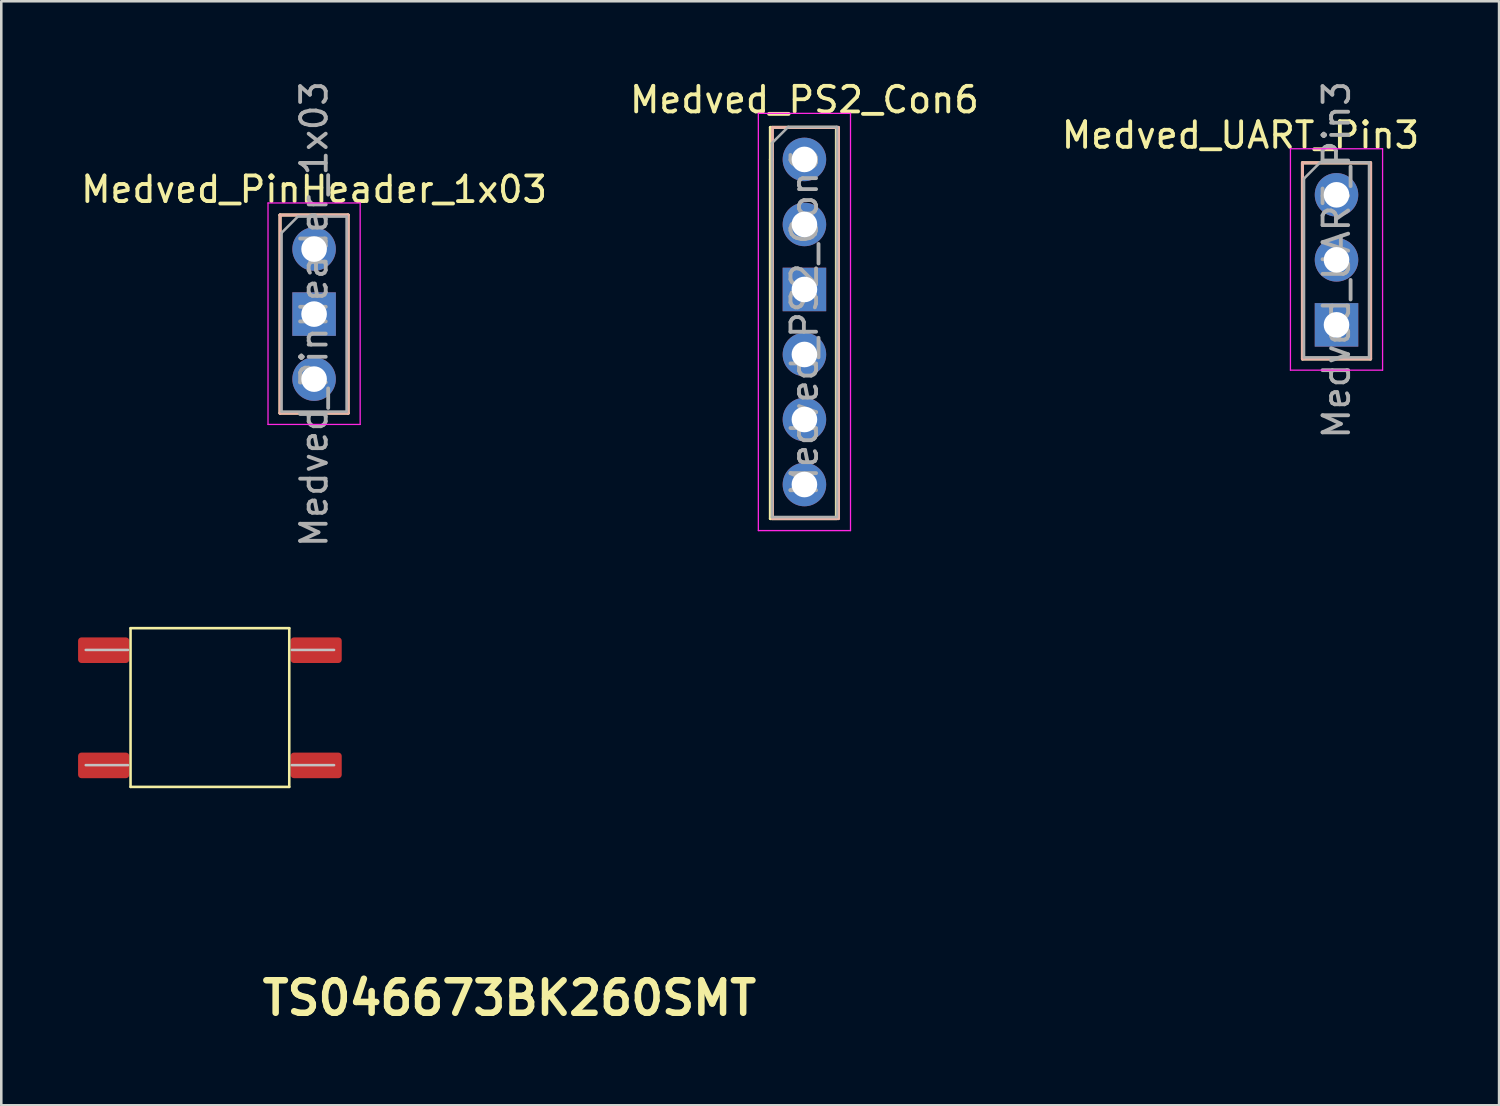
<source format=kicad_pcb>
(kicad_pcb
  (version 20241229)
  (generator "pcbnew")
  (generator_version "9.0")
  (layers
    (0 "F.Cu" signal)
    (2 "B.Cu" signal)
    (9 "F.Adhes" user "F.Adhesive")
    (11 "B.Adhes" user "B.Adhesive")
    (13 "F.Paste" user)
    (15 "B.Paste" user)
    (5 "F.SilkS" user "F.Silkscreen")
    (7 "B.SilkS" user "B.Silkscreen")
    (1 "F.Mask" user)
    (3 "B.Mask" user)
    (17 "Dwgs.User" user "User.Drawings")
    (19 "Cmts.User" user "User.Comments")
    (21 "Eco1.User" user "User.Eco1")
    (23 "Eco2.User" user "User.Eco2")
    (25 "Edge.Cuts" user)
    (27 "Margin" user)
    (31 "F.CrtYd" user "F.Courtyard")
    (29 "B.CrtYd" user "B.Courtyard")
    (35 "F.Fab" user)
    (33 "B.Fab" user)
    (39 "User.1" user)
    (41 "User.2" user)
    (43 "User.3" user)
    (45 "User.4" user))
  (footprint "Medved_UART_Pin3"
    (layer "F.Cu")
    (at 49.161 4.561)
    (property "Reference" "Medved_UART_Pin3" (at -3.75 -2.33 0) (layer "F.SilkS") (effects (font (size 1 1) (thickness 0.15))))
    (attr through_hole)
    (fp_line (start -1.33 -1.25) (end -1.33 6.41) (stroke (width 0.12) (type solid)) (layer "F.SilkS"))
    (fp_line (start -1.33 -1.25) (end 1.33 -1.25) (stroke (width 0.12) (type solid)) (layer "F.SilkS"))
    (fp_line (start -1.33 6.41) (end 1.33 6.41) (stroke (width 0.12) (type solid)) (layer "F.SilkS"))
    (fp_line (start 1.33 -1.25) (end 1.33 6.41) (stroke (width 0.12) (type solid)) (layer "F.SilkS"))
    (fp_line (start -1.33 -1.25) (end -1.33 6.41) (stroke (width 0.12) (type solid)) (layer "B.SilkS"))
    (fp_line (start -1.33 -1.25) (end 1.33 -1.25) (stroke (width 0.12) (type solid)) (layer "B.SilkS"))
    (fp_line (start -1.33 6.41) (end 1.33 6.41) (stroke (width 0.12) (type solid)) (layer "B.SilkS"))
    (fp_line (start 1.33 -1.25) (end 1.33 6.41) (stroke (width 0.12) (type solid)) (layer "B.SilkS"))
    (fp_line (start -1.8 -1.8) (end -1.8 6.85) (stroke (width 0.05) (type solid)) (layer "F.CrtYd"))
    (fp_line (start -1.8 6.85) (end 1.8 6.85) (stroke (width 0.05) (type solid)) (layer "F.CrtYd"))
    (fp_line (start 1.8 -1.8) (end -1.8 -1.8) (stroke (width 0.05) (type solid)) (layer "F.CrtYd"))
    (fp_line (start 1.8 6.85) (end 1.8 -1.8) (stroke (width 0.05) (type solid)) (layer "F.CrtYd"))
    (fp_line (start -1.27 -0.635) (end -0.635 -1.27) (stroke (width 0.1) (type solid)) (layer "F.Fab"))
    (fp_line (start -1.27 6.35) (end -1.27 -0.635) (stroke (width 0.1) (type solid)) (layer "F.Fab"))
    (fp_line (start -0.635 -1.27) (end 1.27 -1.27) (stroke (width 0.1) (type solid)) (layer "F.Fab"))
    (fp_line (start 1.27 -1.27) (end 1.27 6.35) (stroke (width 0.1) (type solid)) (layer "F.Fab"))
    (fp_line (start 1.27 6.35) (end -1.27 6.35) (stroke (width 0.1) (type solid)) (layer "F.Fab"))
    (fp_text user "${REFERENCE}" (at 0 2.54 90) (layer "F.Fab") (effects (font (size 1 1) (thickness 0.15))))
    (pad "1" thru_hole circle (at 0 0) (size 1.7 1.7) (drill 1) (layers "*.Cu" "*.Mask"))
    (pad "2" thru_hole oval (at 0 2.54) (size 1.7 1.7) (drill 1) (layers "*.Cu" "*.Mask"))
    (pad "3" thru_hole rect (at 0 5.08) (size 1.7 1.7) (drill 1) (layers "*.Cu" "*.Mask")))
  (footprint "Medved_PinHeader_1x03"
    (layer "F.Cu")
    (at 9.22 6.68)
    (property "Reference" "Medved_PinHeader_1x03" (at 0 -2.33 0) (layer "F.SilkS") (effects (font (size 1 1) (thickness 0.15))))
    (attr through_hole)
    (fp_line (start -1.33 -1.33) (end -1.33 6.41) (stroke (width 0.12) (type solid)) (layer "F.SilkS"))
    (fp_line (start -1.33 -1.33) (end 1.33 -1.33) (stroke (width 0.12) (type solid)) (layer "F.SilkS"))
    (fp_line (start -1.33 6.41) (end 1.33 6.41) (stroke (width 0.12) (type solid)) (layer "F.SilkS"))
    (fp_line (start 1.33 -1.33) (end 1.33 6.41) (stroke (width 0.12) (type solid)) (layer "F.SilkS"))
    (fp_line (start -1.33 -1.33) (end -1.33 6.41) (stroke (width 0.12) (type solid)) (layer "B.SilkS"))
    (fp_line (start -1.33 -1.33) (end 1.33 -1.33) (stroke (width 0.12) (type solid)) (layer "B.SilkS"))
    (fp_line (start -1.33 6.41) (end 1.33 6.41) (stroke (width 0.12) (type solid)) (layer "B.SilkS"))
    (fp_line (start 1.33 -1.33) (end 1.33 6.41) (stroke (width 0.12) (type solid)) (layer "B.SilkS"))
    (fp_line (start -1.8 -1.8) (end -1.8 6.85) (stroke (width 0.05) (type solid)) (layer "F.CrtYd"))
    (fp_line (start -1.8 6.85) (end 1.8 6.85) (stroke (width 0.05) (type solid)) (layer "F.CrtYd"))
    (fp_line (start 1.8 -1.8) (end -1.8 -1.8) (stroke (width 0.05) (type solid)) (layer "F.CrtYd"))
    (fp_line (start 1.8 6.85) (end 1.8 -1.8) (stroke (width 0.05) (type solid)) (layer "F.CrtYd"))
    (fp_line (start -1.27 -0.635) (end -0.635 -1.27) (stroke (width 0.1) (type solid)) (layer "F.Fab"))
    (fp_line (start -1.27 6.35) (end -1.27 -0.635) (stroke (width 0.1) (type solid)) (layer "F.Fab"))
    (fp_line (start -0.635 -1.27) (end 1.27 -1.27) (stroke (width 0.1) (type solid)) (layer "F.Fab"))
    (fp_line (start 1.27 -1.27) (end 1.27 6.35) (stroke (width 0.1) (type solid)) (layer "F.Fab"))
    (fp_line (start 1.27 6.35) (end -1.27 6.35) (stroke (width 0.1) (type solid)) (layer "F.Fab"))
    (fp_text user "${REFERENCE}" (at 0 2.54 90) (layer "F.Fab") (effects (font (size 1 1) (thickness 0.15))))
    (pad "1" thru_hole circle (at 0 0) (size 1.7 1.7) (drill 1) (layers "*.Cu" "*.Mask"))
    (pad "2" thru_hole rect (at 0 2.54) (size 1.7 1.7) (drill 1) (layers "*.Cu" "*.Mask"))
    (pad "3" thru_hole oval (at 0 5.08) (size 1.7 1.7) (drill 1) (layers "*.Cu" "*.Mask")))
  (footprint "TS046673BK260SMT"
    (layer "F.Cu")
    (at 16.85 35.94)
    (property "Reference" "TS046673BK260SMT" (at 0 0 0) (layer "F.SilkS") (effects (font (size 1.27 1.27) (thickness 0.254))))
    (attr smd)
    (fp_line (start -14.8 -14.45) (end -8.6 -14.45) (stroke (width 0.1) (type default)) (layer "F.SilkS"))
    (fp_line (start -14.8 -8.25) (end -14.8 -14.45) (stroke (width 0.1) (type default)) (layer "F.SilkS"))
    (fp_line (start -8.6 -14.45) (end -8.6 -8.25) (stroke (width 0.1) (type default)) (layer "F.SilkS"))
    (fp_line (start -8.6 -8.25) (end -14.8 -8.25) (stroke (width 0.1) (type default)) (layer "F.SilkS"))
    (fp_line (start -16.55 -13.6) (end -14.9 -13.6) (stroke (width 0.1) (type default)) (layer "Dwgs.User"))
    (fp_line (start -16.55 -9.1) (end -14.9 -9.1) (stroke (width 0.1) (type default)) (layer "Dwgs.User"))
    (fp_line (start -8.5 -13.6) (end -6.85 -13.6) (stroke (width 0.1) (type default)) (layer "Dwgs.User"))
    (fp_line (start -8.5 -9.1) (end -6.85 -9.1) (stroke (width 0.1) (type default)) (layer "Dwgs.User"))
    (pad "5" smd roundrect (at -15.85 -13.59) (size 2 1) (layers "F.Cu" "F.Mask" "F.Paste") (roundrect_rratio 0.131))
    (pad "5" smd roundrect (at -15.85 -9.09) (size 2 1) (layers "F.Cu" "F.Mask" "F.Paste") (roundrect_rratio 0.131))
    (pad "5" smd roundrect (at -7.55 -13.59) (size 2 1) (layers "F.Cu" "F.Mask" "F.Paste") (roundrect_rratio 0.131))
    (pad "5" smd roundrect (at -7.55 -9.09) (size 2 1) (layers "F.Cu" "F.Mask" "F.Paste") (roundrect_rratio 0.131)))
  (footprint "Medved_PS2_Con6"
    (layer "F.Cu")
    (at 28.375 3.178)
    (property "Reference" "Medved_PS2_Con6" (at 0 -2.33 0) (layer "F.SilkS") (effects (font (size 1 1) (thickness 0.15))))
    (attr through_hole)
    (fp_line (start -1.33 -1.25) (end 1.25 -1.25) (stroke (width 0.12) (type solid)) (layer "F.SilkS"))
    (fp_line (start -1.33 0) (end -1.33 -1.25) (stroke (width 0.12) (type solid)) (layer "F.SilkS"))
    (fp_line (start -1.33 0) (end -1.33 14.03) (stroke (width 0.12) (type solid)) (layer "F.SilkS"))
    (fp_line (start -1.33 14.03) (end 1.25 14.03) (stroke (width 0.12) (type solid)) (layer "F.SilkS"))
    (fp_line (start 1.25 -1.25) (end 1.25 14.03) (stroke (width 0.12) (type solid)) (layer "F.SilkS"))
    (fp_line (start -1.25 -1.25) (end 1.33 -1.25) (stroke (width 0.12) (type solid)) (layer "B.SilkS"))
    (fp_line (start -1.25 0) (end -1.25 -1.25) (stroke (width 0.12) (type solid)) (layer "B.SilkS"))
    (fp_line (start -1.25 0) (end -1.25 14.03) (stroke (width 0.12) (type solid)) (layer "B.SilkS"))
    (fp_line (start -1.25 14.03) (end 1.33 14.03) (stroke (width 0.12) (type solid)) (layer "B.SilkS"))
    (fp_line (start 1.33 -1.25) (end 1.33 14.03) (stroke (width 0.12) (type solid)) (layer "B.SilkS"))
    (fp_line (start -1.8 -1.8) (end -1.8 14.5) (stroke (width 0.05) (type solid)) (layer "F.CrtYd"))
    (fp_line (start -1.8 14.5) (end 1.8 14.5) (stroke (width 0.05) (type solid)) (layer "F.CrtYd"))
    (fp_line (start 1.8 -1.8) (end -1.8 -1.8) (stroke (width 0.05) (type solid)) (layer "F.CrtYd"))
    (fp_line (start 1.8 14.5) (end 1.8 -1.8) (stroke (width 0.05) (type solid)) (layer "F.CrtYd"))
    (fp_line (start -1.27 -0.635) (end -0.635 -1.27) (stroke (width 0.1) (type solid)) (layer "F.Fab"))
    (fp_line (start -1.27 13.97) (end -1.27 -0.635) (stroke (width 0.1) (type solid)) (layer "F.Fab"))
    (fp_line (start -0.635 -1.27) (end 1.27 -1.27) (stroke (width 0.1) (type solid)) (layer "F.Fab"))
    (fp_line (start 1.27 -1.27) (end 1.27 13.97) (stroke (width 0.1) (type solid)) (layer "F.Fab"))
    (fp_line (start 1.27 13.97) (end -1.27 13.97) (stroke (width 0.1) (type solid)) (layer "F.Fab"))
    (fp_text user "${REFERENCE}" (at 0 6.35 90) (layer "F.Fab") (effects (font (size 1 1) (thickness 0.15))))
    (pad "1" thru_hole circle (at 0 0) (size 1.7 1.7) (drill 1) (layers "*.Cu" "*.Mask"))
    (pad "2" thru_hole oval (at 0 2.54) (size 1.7 1.7) (drill 1) (layers "*.Cu" "*.Mask"))
    (pad "3" thru_hole rect (at 0 5.08) (size 1.7 1.7) (drill 1) (layers "*.Cu" "*.Mask"))
    (pad "4" thru_hole oval (at 0 7.62) (size 1.7 1.7) (drill 1) (layers "*.Cu" "*.Mask"))
    (pad "5" thru_hole oval (at 0 10.16) (size 1.7 1.7) (drill 1) (layers "*.Cu" "*.Mask"))
    (pad "6" thru_hole oval (at 0 12.7) (size 1.7 1.7) (drill 1) (layers "*.Cu" "*.Mask")))
  (gr_rect
    (start -3 -3)
    (end 55.512 40.129)
    (stroke (width 0.1) (type default))
    (fill no)
    (layer "Edge.Cuts")))
</source>
